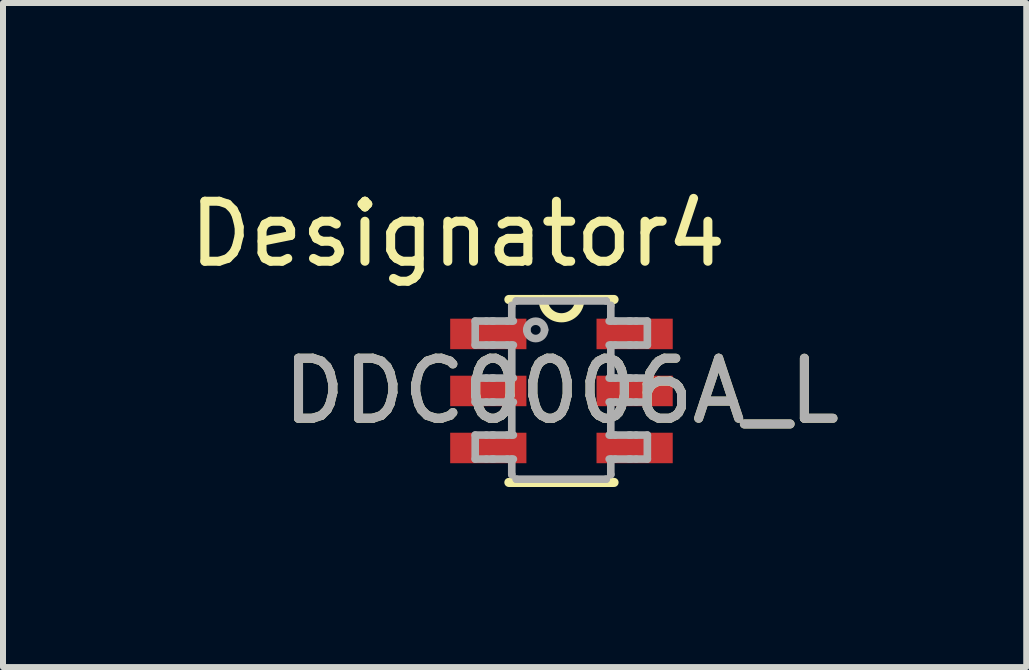
<source format=kicad_pcb>
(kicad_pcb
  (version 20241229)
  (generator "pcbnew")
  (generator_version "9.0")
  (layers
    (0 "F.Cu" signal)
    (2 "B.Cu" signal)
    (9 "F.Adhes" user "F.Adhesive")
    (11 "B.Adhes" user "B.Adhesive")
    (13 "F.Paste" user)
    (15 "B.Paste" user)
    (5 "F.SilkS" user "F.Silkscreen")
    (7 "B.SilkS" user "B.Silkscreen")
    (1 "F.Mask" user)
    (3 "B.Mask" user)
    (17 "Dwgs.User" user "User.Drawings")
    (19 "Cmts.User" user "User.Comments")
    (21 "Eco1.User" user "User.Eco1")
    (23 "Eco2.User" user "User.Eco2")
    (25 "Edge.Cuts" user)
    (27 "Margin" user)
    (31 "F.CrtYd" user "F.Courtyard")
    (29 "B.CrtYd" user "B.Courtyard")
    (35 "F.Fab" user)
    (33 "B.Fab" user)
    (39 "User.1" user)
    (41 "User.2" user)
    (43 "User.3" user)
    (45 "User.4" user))
  (footprint "DDC0006A_L"
    (layer "F.Cu")
    (at 6.305 3.464)
    (property "Reference" "DDC0006A_L" (at 0 0 0) (unlocked yes) (layer "F.SilkS") (effects (font (size 1 1) (thickness 0.15))))
    (attr smd)
    (fp_line (start -0.876 -1.524) (end 0.876 -1.524) (stroke (width 0.152) (type solid)) (layer "F.SilkS"))
    (fp_line (start -0.876 1.524) (end 0.876 1.524) (stroke (width 0.152) (type solid)) (layer "F.SilkS"))
    (fp_arc (start 0.3048 -1.524) (mid 0 -1.2192) (end -0.3048 -1.524) (stroke (width 0.1524) (type solid)) (layer "F.SilkS"))
    (fp_line (start -1.437 -1.165) (end -1.251 -1.165) (stroke (width 0.127) (type solid)) (layer "F.Fab"))
    (fp_line (start -1.437 -0.765) (end -1.437 -1.165) (stroke (width 0.127) (type solid)) (layer "F.Fab"))
    (fp_line (start -1.437 -0.765) (end -1.251 -0.765) (stroke (width 0.127) (type solid)) (layer "F.Fab"))
    (fp_line (start -1.437 -0.215) (end -1.251 -0.215) (stroke (width 0.127) (type solid)) (layer "F.Fab"))
    (fp_line (start -1.437 0.185) (end -1.437 -0.215) (stroke (width 0.127) (type solid)) (layer "F.Fab"))
    (fp_line (start -1.437 0.185) (end -1.251 0.185) (stroke (width 0.127) (type solid)) (layer "F.Fab"))
    (fp_line (start -1.437 0.735) (end -1.251 0.735) (stroke (width 0.127) (type solid)) (layer "F.Fab"))
    (fp_line (start -1.437 1.135) (end -1.437 0.735) (stroke (width 0.127) (type solid)) (layer "F.Fab"))
    (fp_line (start -1.437 1.135) (end -1.251 1.135) (stroke (width 0.127) (type solid)) (layer "F.Fab"))
    (fp_line (start -1.251 -1.165) (end -1.159 -1.165) (stroke (width 0.127) (type solid)) (layer "F.Fab"))
    (fp_line (start -1.251 -0.765) (end -1.159 -0.765) (stroke (width 0.127) (type solid)) (layer "F.Fab"))
    (fp_line (start -1.251 -0.215) (end -1.159 -0.215) (stroke (width 0.127) (type solid)) (layer "F.Fab"))
    (fp_line (start -1.251 0.185) (end -1.159 0.185) (stroke (width 0.127) (type solid)) (layer "F.Fab"))
    (fp_line (start -1.251 0.735) (end -1.159 0.735) (stroke (width 0.127) (type solid)) (layer "F.Fab"))
    (fp_line (start -1.251 1.135) (end -1.159 1.135) (stroke (width 0.127) (type solid)) (layer "F.Fab"))
    (fp_line (start -1.159 -1.165) (end -1.128 -1.165) (stroke (width 0.127) (type solid)) (layer "F.Fab"))
    (fp_line (start -1.159 -0.765) (end -1.128 -0.765) (stroke (width 0.127) (type solid)) (layer "F.Fab"))
    (fp_line (start -1.159 -0.215) (end -1.128 -0.215) (stroke (width 0.127) (type solid)) (layer "F.Fab"))
    (fp_line (start -1.159 0.185) (end -1.128 0.185) (stroke (width 0.127) (type solid)) (layer "F.Fab"))
    (fp_line (start -1.159 0.735) (end -1.128 0.735) (stroke (width 0.127) (type solid)) (layer "F.Fab"))
    (fp_line (start -1.159 1.135) (end -1.128 1.135) (stroke (width 0.127) (type solid)) (layer "F.Fab"))
    (fp_line (start -1.128 -1.165) (end -0.903 -1.165) (stroke (width 0.127) (type solid)) (layer "F.Fab"))
    (fp_line (start -1.128 -0.765) (end -0.903 -0.765) (stroke (width 0.127) (type solid)) (layer "F.Fab"))
    (fp_line (start -1.128 -0.215) (end -0.903 -0.215) (stroke (width 0.127) (type solid)) (layer "F.Fab"))
    (fp_line (start -1.128 0.185) (end -0.903 0.185) (stroke (width 0.127) (type solid)) (layer "F.Fab"))
    (fp_line (start -1.128 0.735) (end -0.903 0.735) (stroke (width 0.127) (type solid)) (layer "F.Fab"))
    (fp_line (start -1.128 1.135) (end -0.903 1.135) (stroke (width 0.127) (type solid)) (layer "F.Fab"))
    (fp_line (start -0.903 -1.165) (end -0.801 -1.165) (stroke (width 0.127) (type solid)) (layer "F.Fab"))
    (fp_line (start -0.903 -0.765) (end -0.801 -0.765) (stroke (width 0.127) (type solid)) (layer "F.Fab"))
    (fp_line (start -0.903 -0.215) (end -0.801 -0.215) (stroke (width 0.127) (type solid)) (layer "F.Fab"))
    (fp_line (start -0.903 0.185) (end -0.801 0.185) (stroke (width 0.127) (type solid)) (layer "F.Fab"))
    (fp_line (start -0.903 0.735) (end -0.801 0.735) (stroke (width 0.127) (type solid)) (layer "F.Fab"))
    (fp_line (start -0.903 1.135) (end -0.801 1.135) (stroke (width 0.127) (type solid)) (layer "F.Fab"))
    (fp_line (start -0.828 -1.422) (end -0.828 -1.426) (stroke (width 0.127) (type solid)) (layer "F.Fab"))
    (fp_line (start -0.828 -1.165) (end -0.828 -1.422) (stroke (width 0.127) (type solid)) (layer "F.Fab"))
    (fp_line (start -0.828 -0.215) (end -0.828 -0.765) (stroke (width 0.127) (type solid)) (layer "F.Fab"))
    (fp_line (start -0.828 0.735) (end -0.828 0.185) (stroke (width 0.127) (type solid)) (layer "F.Fab"))
    (fp_line (start -0.828 1.392) (end -0.828 1.135) (stroke (width 0.127) (type solid)) (layer "F.Fab"))
    (fp_line (start -0.828 1.395) (end -0.828 1.392) (stroke (width 0.127) (type solid)) (layer "F.Fab"))
    (fp_line (start -0.754 -1.5) (end -0.75 -1.5) (stroke (width 0.127) (type solid)) (layer "F.Fab"))
    (fp_line (start -0.754 1.47) (end -0.75 1.47) (stroke (width 0.127) (type solid)) (layer "F.Fab"))
    (fp_line (start -0.75 -1.5) (end 0.743 -1.5) (stroke (width 0.127) (type solid)) (layer "F.Fab"))
    (fp_line (start -0.75 1.47) (end 0.743 1.47) (stroke (width 0.127) (type solid)) (layer "F.Fab"))
    (fp_line (start 0.743 -1.5) (end 0.747 -1.5) (stroke (width 0.127) (type solid)) (layer "F.Fab"))
    (fp_line (start 0.743 1.47) (end 0.747 1.47) (stroke (width 0.127) (type solid)) (layer "F.Fab"))
    (fp_line (start 0.795 -1.165) (end 0.896 -1.165) (stroke (width 0.127) (type solid)) (layer "F.Fab"))
    (fp_line (start 0.795 -0.765) (end 0.896 -0.765) (stroke (width 0.127) (type solid)) (layer "F.Fab"))
    (fp_line (start 0.795 -0.215) (end 0.896 -0.215) (stroke (width 0.127) (type solid)) (layer "F.Fab"))
    (fp_line (start 0.795 0.185) (end 0.896 0.185) (stroke (width 0.127) (type solid)) (layer "F.Fab"))
    (fp_line (start 0.795 0.735) (end 0.896 0.735) (stroke (width 0.127) (type solid)) (layer "F.Fab"))
    (fp_line (start 0.795 1.135) (end 0.896 1.135) (stroke (width 0.127) (type solid)) (layer "F.Fab"))
    (fp_line (start 0.822 -1.422) (end 0.822 -1.426) (stroke (width 0.127) (type solid)) (layer "F.Fab"))
    (fp_line (start 0.822 -1.165) (end 0.822 -1.422) (stroke (width 0.127) (type solid)) (layer "F.Fab"))
    (fp_line (start 0.822 -0.215) (end 0.822 -0.765) (stroke (width 0.127) (type solid)) (layer "F.Fab"))
    (fp_line (start 0.822 0.735) (end 0.822 0.185) (stroke (width 0.127) (type solid)) (layer "F.Fab"))
    (fp_line (start 0.822 1.392) (end 0.822 1.135) (stroke (width 0.127) (type solid)) (layer "F.Fab"))
    (fp_line (start 0.822 1.395) (end 0.822 1.392) (stroke (width 0.127) (type solid)) (layer "F.Fab"))
    (fp_line (start 0.896 -1.165) (end 1.122 -1.165) (stroke (width 0.127) (type solid)) (layer "F.Fab"))
    (fp_line (start 0.896 -0.765) (end 1.122 -0.765) (stroke (width 0.127) (type solid)) (layer "F.Fab"))
    (fp_line (start 0.896 -0.215) (end 1.122 -0.215) (stroke (width 0.127) (type solid)) (layer "F.Fab"))
    (fp_line (start 0.896 0.185) (end 1.122 0.185) (stroke (width 0.127) (type solid)) (layer "F.Fab"))
    (fp_line (start 0.896 0.735) (end 1.122 0.735) (stroke (width 0.127) (type solid)) (layer "F.Fab"))
    (fp_line (start 0.896 1.135) (end 1.122 1.135) (stroke (width 0.127) (type solid)) (layer "F.Fab"))
    (fp_line (start 1.122 -1.165) (end 1.152 -1.165) (stroke (width 0.127) (type solid)) (layer "F.Fab"))
    (fp_line (start 1.122 -0.765) (end 1.152 -0.765) (stroke (width 0.127) (type solid)) (layer "F.Fab"))
    (fp_line (start 1.122 -0.215) (end 1.152 -0.215) (stroke (width 0.127) (type solid)) (layer "F.Fab"))
    (fp_line (start 1.122 0.185) (end 1.152 0.185) (stroke (width 0.127) (type solid)) (layer "F.Fab"))
    (fp_line (start 1.122 0.735) (end 1.152 0.735) (stroke (width 0.127) (type solid)) (layer "F.Fab"))
    (fp_line (start 1.122 1.135) (end 1.152 1.135) (stroke (width 0.127) (type solid)) (layer "F.Fab"))
    (fp_line (start 1.152 -1.165) (end 1.245 -1.165) (stroke (width 0.127) (type solid)) (layer "F.Fab"))
    (fp_line (start 1.152 -0.765) (end 1.245 -0.765) (stroke (width 0.127) (type solid)) (layer "F.Fab"))
    (fp_line (start 1.152 -0.215) (end 1.245 -0.215) (stroke (width 0.127) (type solid)) (layer "F.Fab"))
    (fp_line (start 1.152 0.185) (end 1.245 0.185) (stroke (width 0.127) (type solid)) (layer "F.Fab"))
    (fp_line (start 1.152 0.735) (end 1.245 0.735) (stroke (width 0.127) (type solid)) (layer "F.Fab"))
    (fp_line (start 1.152 1.135) (end 1.245 1.135) (stroke (width 0.127) (type solid)) (layer "F.Fab"))
    (fp_line (start 1.245 -1.165) (end 1.431 -1.165) (stroke (width 0.127) (type solid)) (layer "F.Fab"))
    (fp_line (start 1.245 -0.765) (end 1.431 -0.765) (stroke (width 0.127) (type solid)) (layer "F.Fab"))
    (fp_line (start 1.245 -0.215) (end 1.431 -0.215) (stroke (width 0.127) (type solid)) (layer "F.Fab"))
    (fp_line (start 1.245 0.185) (end 1.431 0.185) (stroke (width 0.127) (type solid)) (layer "F.Fab"))
    (fp_line (start 1.245 0.735) (end 1.431 0.735) (stroke (width 0.127) (type solid)) (layer "F.Fab"))
    (fp_line (start 1.245 1.135) (end 1.431 1.135) (stroke (width 0.127) (type solid)) (layer "F.Fab"))
    (fp_line (start 1.431 -0.765) (end 1.431 -1.165) (stroke (width 0.127) (type solid)) (layer "F.Fab"))
    (fp_line (start 1.431 0.185) (end 1.431 -0.215) (stroke (width 0.127) (type solid)) (layer "F.Fab"))
    (fp_line (start 1.431 1.135) (end 1.431 0.735) (stroke (width 0.127) (type solid)) (layer "F.Fab"))
    (fp_arc (start -0.578322 -1.017679) (mid -0.429542 -1.166459) (end -0.280761 -1.017679) (stroke (width 0.127) (type solid)) (layer "F.Fab"))
    (fp_arc (start -0.280761 -1.017679) (mid -0.429542 -0.868898) (end -0.578322 -1.017679) (stroke (width 0.127) (type solid)) (layer "F.Fab"))
    (fp_text user "Designator4" (at -1.727 -2.616 0) (unlocked yes) (layer "F.SilkS") (effects (font (size 1 1) (thickness 0.15))))
    (fp_text user "${REFERENCE}" (at 0 0 0) (unlocked yes) (layer "F.Fab") (effects (font (size 1 1) (thickness 0.15))))
    (pad "1" smd rect (at -1.219 -0.95) (size 1.27 0.508) (layers "F.Cu" "F.Mask" "F.Paste"))
    (pad "2" smd rect (at -1.219 0) (size 1.27 0.508) (layers "F.Cu" "F.Mask" "F.Paste"))
    (pad "3" smd rect (at -1.219 0.95) (size 1.27 0.508) (layers "F.Cu" "F.Mask" "F.Paste"))
    (pad "4" smd rect (at 1.219 0.95) (size 1.27 0.508) (layers "F.Cu" "F.Mask" "F.Paste"))
    (pad "5" smd rect (at 1.219 0) (size 1.27 0.508) (layers "F.Cu" "F.Mask" "F.Paste"))
    (pad "6" smd rect (at 1.219 -0.95) (size 1.27 0.508) (layers "F.Cu" "F.Mask" "F.Paste")))
  (gr_rect
    (start -3 -3)
    (end 14.049 8.065)
    (stroke (width 0.1) (type default))
    (fill no)
    (layer "Edge.Cuts")))
</source>
